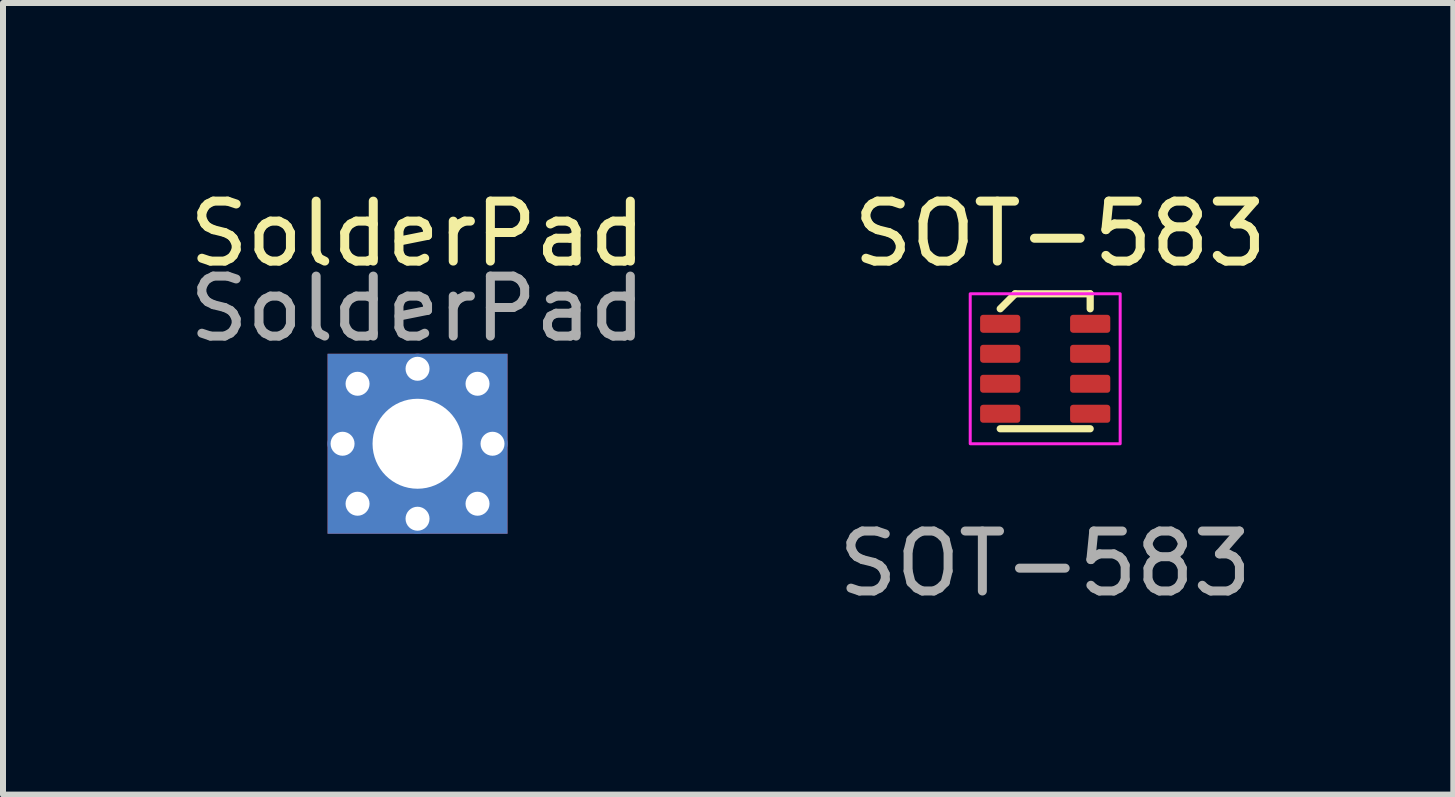
<source format=kicad_pcb>
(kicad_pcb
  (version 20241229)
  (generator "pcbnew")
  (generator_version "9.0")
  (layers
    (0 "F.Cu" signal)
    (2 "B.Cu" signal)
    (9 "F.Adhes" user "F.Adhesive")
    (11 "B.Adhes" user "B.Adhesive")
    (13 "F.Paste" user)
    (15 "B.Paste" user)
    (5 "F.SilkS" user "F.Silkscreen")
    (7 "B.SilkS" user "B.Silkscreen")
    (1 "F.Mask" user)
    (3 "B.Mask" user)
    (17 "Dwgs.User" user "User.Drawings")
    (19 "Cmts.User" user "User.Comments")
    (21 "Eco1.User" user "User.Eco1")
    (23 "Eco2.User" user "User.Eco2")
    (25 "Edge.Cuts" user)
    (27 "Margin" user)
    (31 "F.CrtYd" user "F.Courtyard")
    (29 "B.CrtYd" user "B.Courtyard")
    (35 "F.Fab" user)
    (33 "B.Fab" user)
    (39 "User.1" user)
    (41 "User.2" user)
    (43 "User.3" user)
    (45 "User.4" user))
  (footprint "SOT-583"
    (layer "F.Cu")
    (at 14.375 3.098)
    (property "Reference" "SOT-583" (at 0.25 -2.25 0) (unlocked yes) (layer "F.SilkS") (effects (font (size 1 1) (thickness 0.15))))
    (attr smd)
    (fp_line (start -0.75 -1) (end -0.5 -1.25) (stroke (width 0.12) (type solid)) (layer "F.SilkS"))
    (fp_line (start -0.75 1) (end 0.75 1) (stroke (width 0.12) (type solid)) (layer "F.SilkS"))
    (fp_line (start -0.5 -1.25) (end 0.75 -1.25) (stroke (width 0.12) (type solid)) (layer "F.SilkS"))
    (fp_line (start 0.75 -1.25) (end 0.75 -1) (stroke (width 0.12) (type solid)) (layer "F.SilkS"))
    (fp_rect (start -1.25 -1.25) (end 1.25 1.25) (stroke (width 0.05) (type solid)) (fill no) (layer "F.CrtYd"))
    (fp_text user "${REFERENCE}" (at 0 3.25 0) (unlocked yes) (layer "F.Fab") (effects (font (size 1 1) (thickness 0.15))))
    (pad "1" smd roundrect (at -0.75 -0.75) (size 0.67 0.3) (layers "F.Cu" "F.Mask" "F.Paste") (roundrect_rratio 0.167))
    (pad "2" smd roundrect (at -0.75 -0.25) (size 0.67 0.3) (layers "F.Cu" "F.Mask" "F.Paste") (roundrect_rratio 0.167))
    (pad "3" smd roundrect (at -0.75 0.25) (size 0.67 0.3) (layers "F.Cu" "F.Mask" "F.Paste") (roundrect_rratio 0.167))
    (pad "4" smd roundrect (at -0.75 0.75) (size 0.67 0.3) (layers "F.Cu" "F.Mask" "F.Paste") (roundrect_rratio 0.167))
    (pad "5" smd roundrect (at 0.75 0.75) (size 0.67 0.3) (layers "F.Cu" "F.Mask" "F.Paste") (roundrect_rratio 0.167))
    (pad "6" smd roundrect (at 0.75 0.25) (size 0.67 0.3) (layers "F.Cu" "F.Mask" "F.Paste") (roundrect_rratio 0.167))
    (pad "7" smd roundrect (at 0.75 -0.25) (size 0.67 0.3) (layers "F.Cu" "F.Mask" "F.Paste") (roundrect_rratio 0.167))
    (pad "8" smd roundrect (at 0.75 -0.75) (size 0.67 0.3) (layers "F.Cu" "F.Mask" "F.Paste") (roundrect_rratio 0.167)))
  (footprint "SolderPad"
    (layer "F.Cu")
    (at 3.911 4.348)
    (property "Reference" "SolderPad" (at 0 -3.5 0) (unlocked yes) (layer "F.SilkS") (effects (font (size 1 1) (thickness 0.15))))
    (attr through_hole)
    (fp_text user "${REFERENCE}" (at 0 -2.25 0) (unlocked yes) (layer "F.Fab") (effects (font (size 1 1) (thickness 0.15))))
    (pad "1" thru_hole circle (at -1.25 0) (size 0.5 0.5) (drill 0.4) (layers "*.Cu" "*.Mask"))
    (pad "1" thru_hole circle (at -1 -1) (size 0.5 0.5) (drill 0.4) (layers "*.Cu" "*.Mask"))
    (pad "1" thru_hole circle (at -1 1) (size 0.5 0.5) (drill 0.4) (layers "*.Cu" "*.Mask"))
    (pad "1" thru_hole circle (at 0 -1.25) (size 0.5 0.5) (drill 0.4) (layers "*.Cu" "*.Mask"))
    (pad "1" thru_hole rect (at 0 0) (size 3 3) (drill 1.5) (layers "*.Cu" "*.Mask"))
    (pad "1" thru_hole circle (at 0 1.25) (size 0.5 0.5) (drill 0.4) (layers "*.Cu" "*.Mask"))
    (pad "1" thru_hole circle (at 1 -1) (size 0.5 0.5) (drill 0.4) (layers "*.Cu" "*.Mask"))
    (pad "1" thru_hole circle (at 1 1) (size 0.5 0.5) (drill 0.4) (layers "*.Cu" "*.Mask"))
    (pad "1" thru_hole circle (at 1.25 0) (size 0.5 0.5) (drill 0.4) (layers "*.Cu" "*.Mask")))
  (gr_rect
    (start -3 -3)
    (end 21.179 10.197)
    (stroke (width 0.1) (type default))
    (fill no)
    (layer "Edge.Cuts")))
</source>
